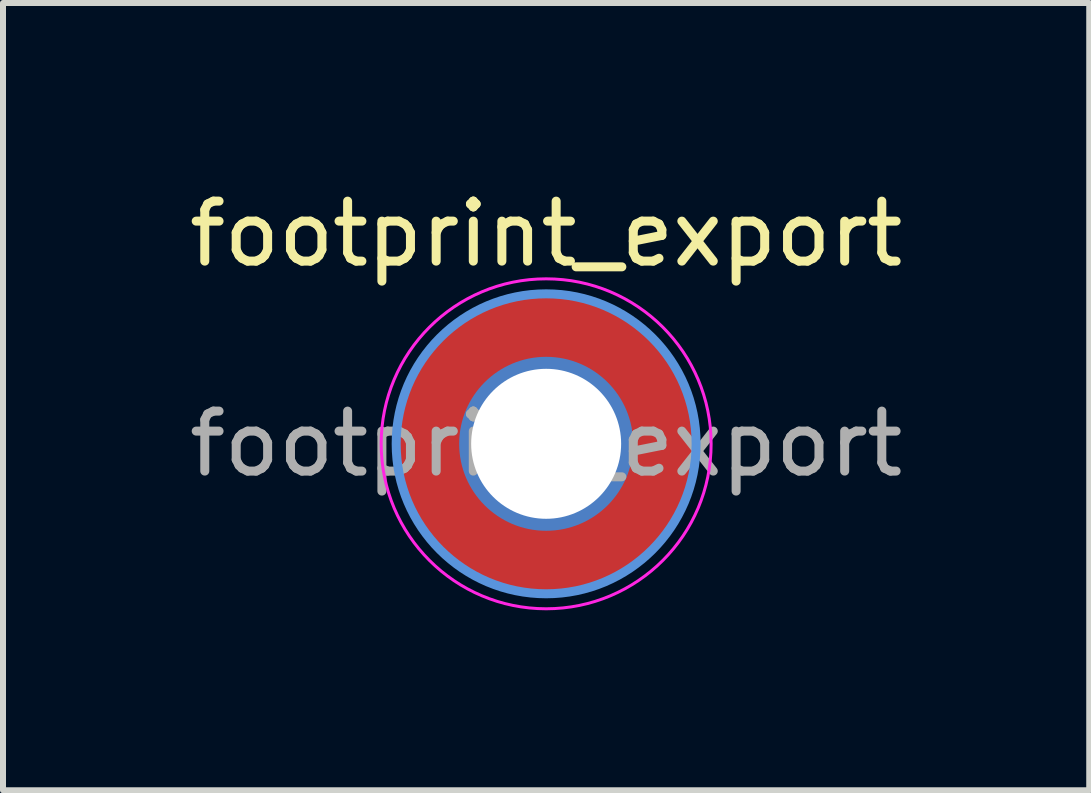
<source format=kicad_pcb>
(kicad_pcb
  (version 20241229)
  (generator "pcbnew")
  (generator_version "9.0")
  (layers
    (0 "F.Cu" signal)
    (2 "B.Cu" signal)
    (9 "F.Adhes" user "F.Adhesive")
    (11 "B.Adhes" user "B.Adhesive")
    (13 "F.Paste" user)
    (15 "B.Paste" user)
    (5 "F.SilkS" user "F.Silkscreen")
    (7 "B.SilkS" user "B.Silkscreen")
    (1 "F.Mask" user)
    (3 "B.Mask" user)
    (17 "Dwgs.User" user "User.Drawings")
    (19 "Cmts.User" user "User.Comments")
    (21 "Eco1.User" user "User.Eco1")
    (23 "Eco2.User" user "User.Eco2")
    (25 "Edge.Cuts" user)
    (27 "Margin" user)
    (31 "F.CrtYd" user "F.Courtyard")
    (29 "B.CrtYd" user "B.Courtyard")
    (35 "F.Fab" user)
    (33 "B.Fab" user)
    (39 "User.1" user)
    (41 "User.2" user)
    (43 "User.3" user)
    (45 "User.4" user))
  (footprint "footprint_export"
    (layer "F.Cu")
    (at 6.054 4.348)
    (property "Reference" "footprint_export" (at 0 -3.5 0) (layer "F.SilkS") (effects (font (size 1 1) (thickness 0.15))))
    (attr exclude_from_pos_files exclude_from_bom)
    (fp_circle (center 0 0) (end 2.5 0) (stroke (width 0.15) (type solid)) (fill no) (layer "Cmts.User"))
    (fp_circle (center 0 0) (end 2.75 0) (stroke (width 0.05) (type solid)) (fill no) (layer "F.CrtYd"))
    (fp_text user "${REFERENCE}" (at 0 0 0) (layer "F.Fab") (effects (font (size 1 1) (thickness 0.15))))
    (pad "1" thru_hole circle (at 0 0) (size 2.9 2.9) (drill 2.5) (layers "*.Cu" "*.Mask"))
    (pad "1" connect circle (at 0 0) (size 5 5) (layers "F.Cu" "F.Mask")))
  (gr_rect
    (start -3 -3)
    (end 15.107 10.123)
    (stroke (width 0.1) (type default))
    (fill no)
    (layer "Edge.Cuts")))
</source>
